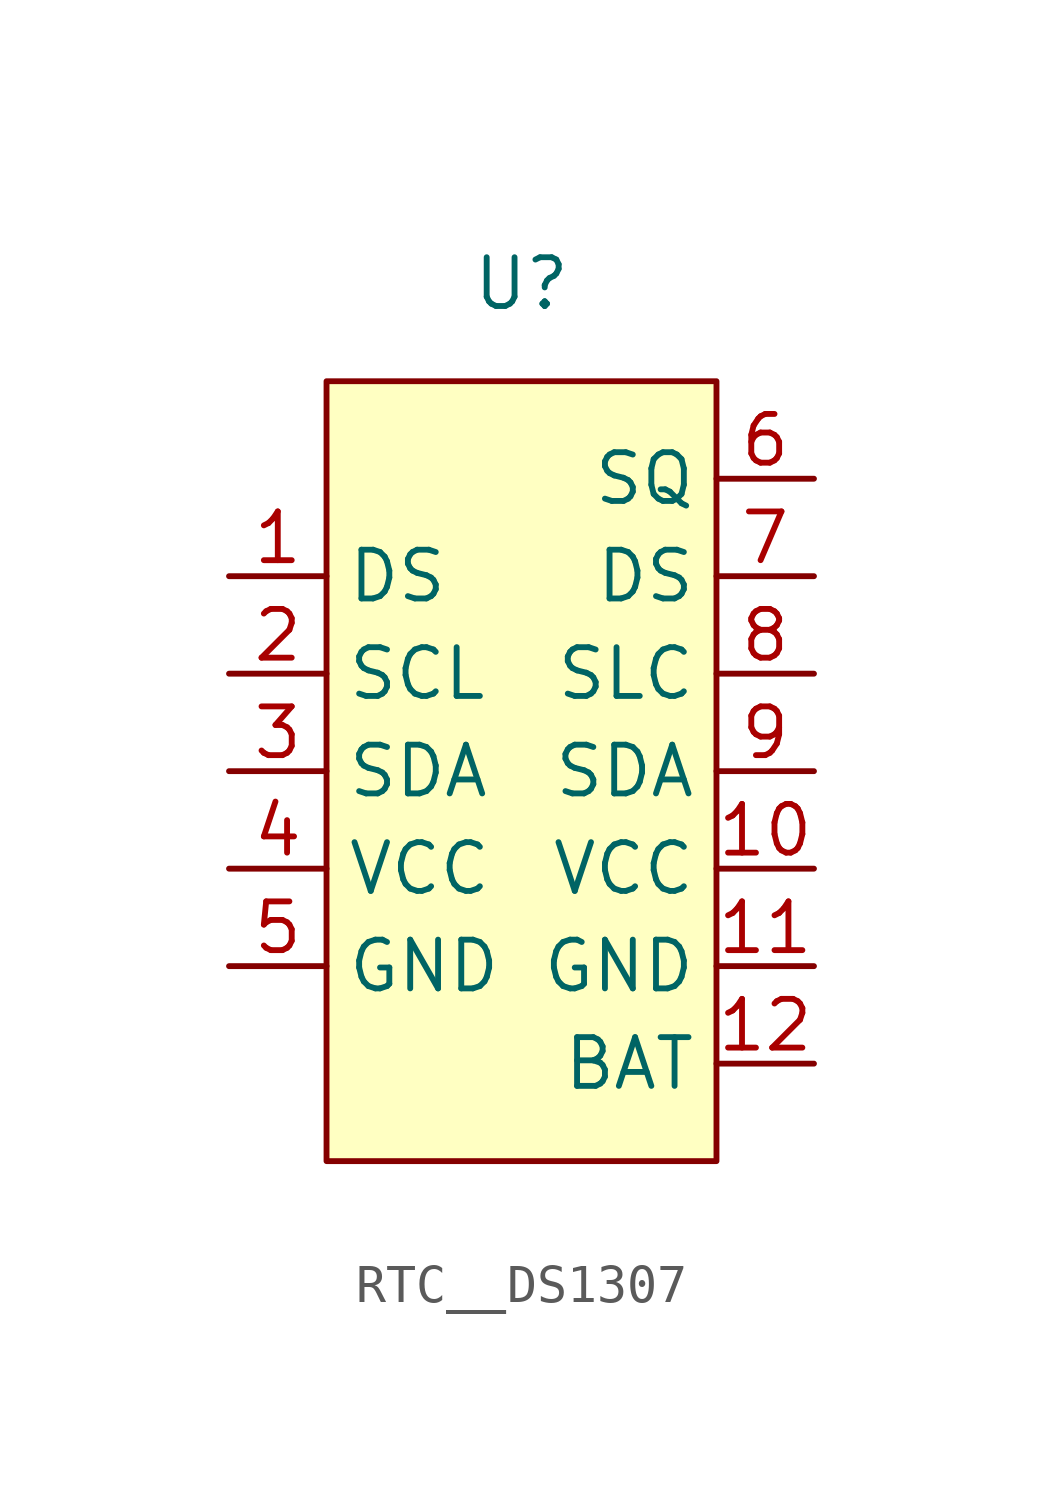
<source format=kicad_sym>
(kicad_symbol_lib
  (version 20220914)
  (generator kicad_symbol_editor)
  (symbol "RTC__DS1307"
    (property "Reference" "U"
      (at 0 2.54 0)
      (effects (font (size 1.27 1.27))))
    (property "Value" ""
      (at 0 0 0)
      (effects (font (size 1.27 1.27))))
    (symbol "RTC__DS1307_1_1"
      (rectangle (start -5.08 0) (end 5.08 -20.32) (stroke (width 0) (type default)) (fill (type background)))
      (pin input line (at -7.62 -5.08 0) (length 2.54) (name "DS" (effects (font (size 1.27 1.27)))) (number "1" (effects (font (size 1.27 1.27)))))
      (pin output line (at 7.62 -12.7 180) (length 2.54) (name "VCC" (effects (font (size 1.27 1.27)))) (number "10" (effects (font (size 1.27 1.27)))))
      (pin output line (at 7.62 -15.24 180) (length 2.54) (name "GND" (effects (font (size 1.27 1.27)))) (number "11" (effects (font (size 1.27 1.27)))))
      (pin output line (at 7.62 -17.78 180) (length 2.54) (name "BAT" (effects (font (size 1.27 1.27)))) (number "12" (effects (font (size 1.27 1.27)))))
      (pin input line (at -7.62 -7.62 0) (length 2.54) (name "SCL" (effects (font (size 1.27 1.27)))) (number "2" (effects (font (size 1.27 1.27)))))
      (pin input line (at -7.62 -10.16 0) (length 2.54) (name "SDA" (effects (font (size 1.27 1.27)))) (number "3" (effects (font (size 1.27 1.27)))))
      (pin input line (at -7.62 -12.7 0) (length 2.54) (name "VCC" (effects (font (size 1.27 1.27)))) (number "4" (effects (font (size 1.27 1.27)))))
      (pin input line (at -7.62 -15.24 0) (length 2.54) (name "GND" (effects (font (size 1.27 1.27)))) (number "5" (effects (font (size 1.27 1.27)))))
      (pin input line (at 7.62 -2.54 180) (length 2.54) (name "SQ" (effects (font (size 1.27 1.27)))) (number "6" (effects (font (size 1.27 1.27)))))
      (pin output line (at 7.62 -5.08 180) (length 2.54) (name "DS" (effects (font (size 1.27 1.27)))) (number "7" (effects (font (size 1.27 1.27)))))
      (pin output line (at 7.62 -7.62 180) (length 2.54) (name "SLC" (effects (font (size 1.27 1.27)))) (number "8" (effects (font (size 1.27 1.27)))))
      (pin output line (at 7.62 -10.16 180) (length 2.54) (name "SDA" (effects (font (size 1.27 1.27)))) (number "9" (effects (font (size 1.27 1.27))))))))
</source>
